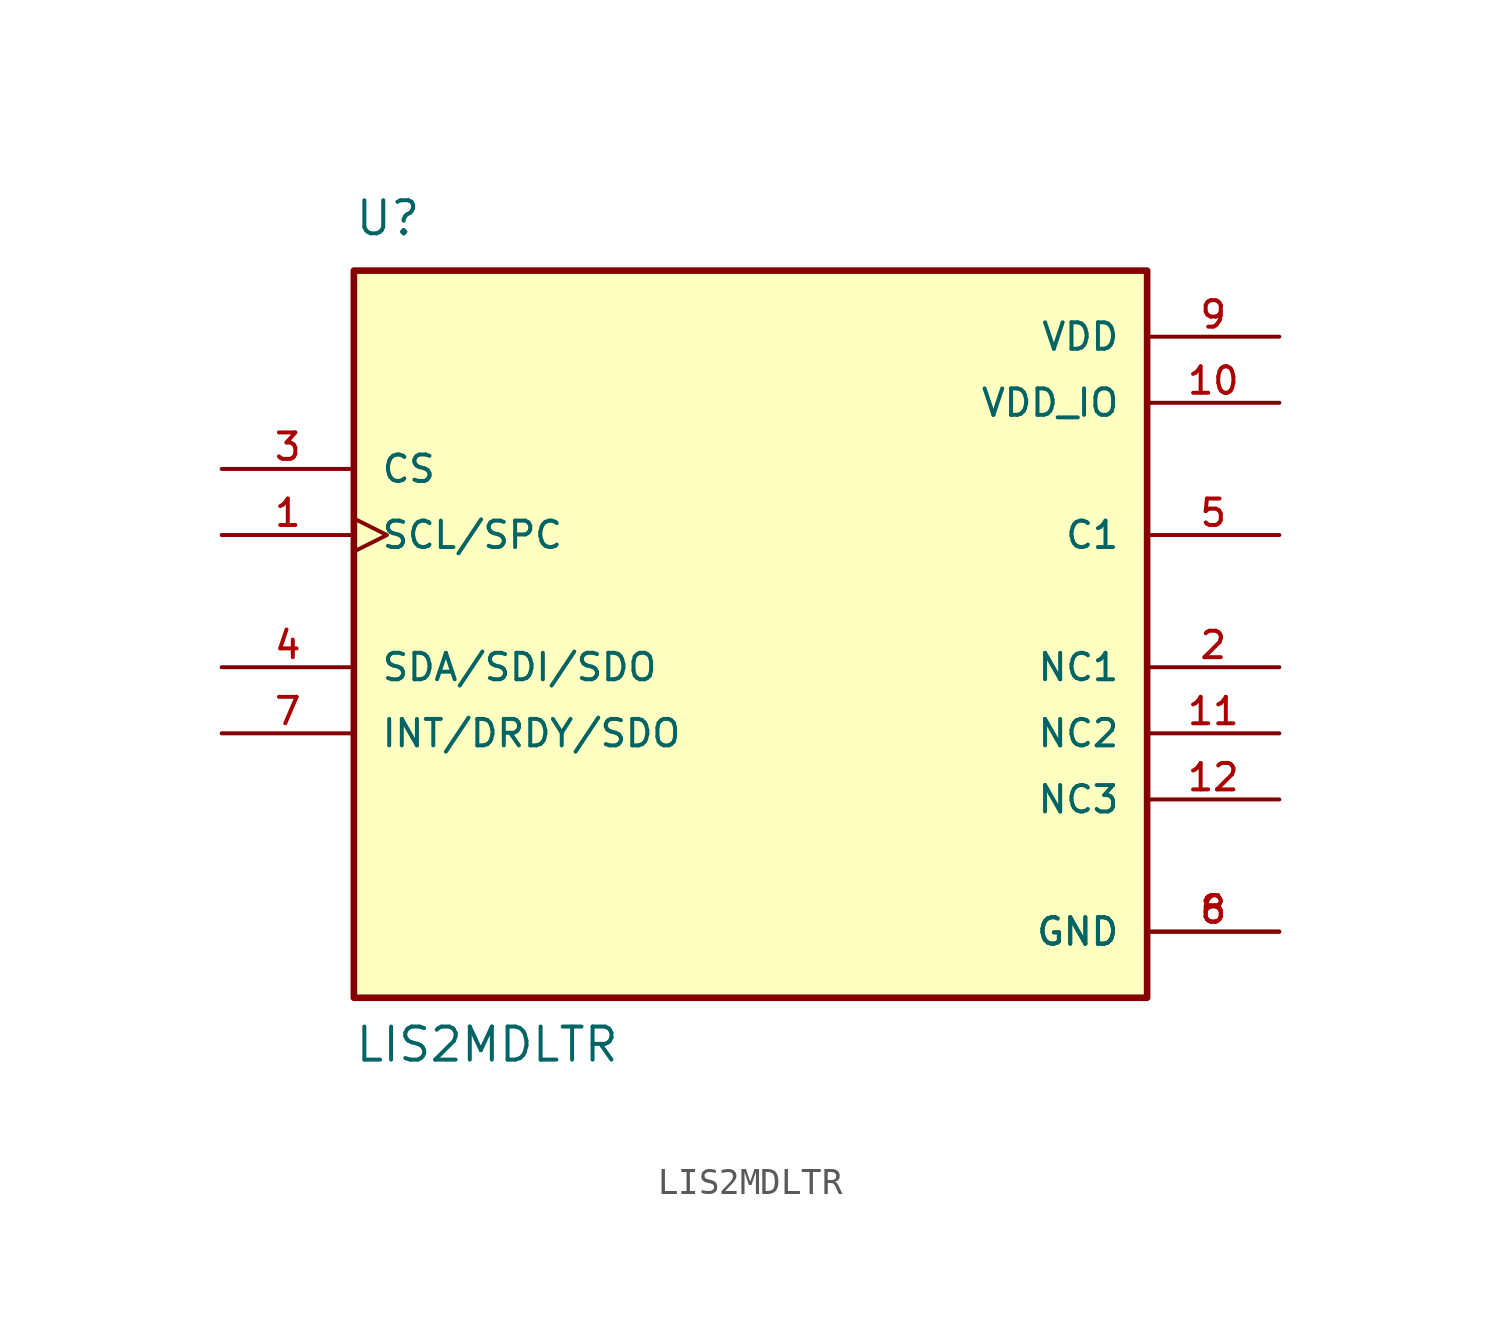
<source format=kicad_sym>
(kicad_symbol_lib
  (version 20231120)
  (generator "kicad_symbol_editor")
  (generator_version "8.0")
  (symbol "LIS2MDLTR"
    (pin_names
      (offset 1.016))
    (property "Reference" "U"
      (at -15.24 13.97 0)
      (effects (font (size 1.27 1.27)) (justify left bottom)))
    (property "Value" "LIS2MDLTR"
      (at -15.24 -17.78 0)
      (effects (font (size 1.27 1.27)) (justify left bottom)))
    (property "ki_locked" ""
      (at 0 0 0)
      (effects (font (size 1.27 1.27))))
    (symbol "LIS2MDLTR_0_0"
      (rectangle (start -15.24 -15.24) (end 15.24 12.7) (stroke (width 0.254) (type solid)) (fill (type background)))
      (pin input clock (at -20.32 2.54 0) (length 5.08) (name "SCL/SPC" (effects (font (size 1.016 1.016)))) (number "1" (effects (font (size 1.016 1.016)))))
      (pin power_in line (at 20.32 7.62 180) (length 5.08) (name "VDD_IO" (effects (font (size 1.016 1.016)))) (number "10" (effects (font (size 1.016 1.016)))))
      (pin passive line (at 20.32 -5.08 180) (length 5.08) (name "NC2" (effects (font (size 1.016 1.016)))) (number "11" (effects (font (size 1.016 1.016)))))
      (pin passive line (at 20.32 -7.62 180) (length 5.08) (name "NC3" (effects (font (size 1.016 1.016)))) (number "12" (effects (font (size 1.016 1.016)))))
      (pin passive line (at 20.32 -2.54 180) (length 5.08) (name "NC1" (effects (font (size 1.016 1.016)))) (number "2" (effects (font (size 1.016 1.016)))))
      (pin input line (at -20.32 5.08 0) (length 5.08) (name "CS" (effects (font (size 1.016 1.016)))) (number "3" (effects (font (size 1.016 1.016)))))
      (pin bidirectional line (at -20.32 -2.54 0) (length 5.08) (name "SDA/SDI/SDO" (effects (font (size 1.016 1.016)))) (number "4" (effects (font (size 1.016 1.016)))))
      (pin passive line (at 20.32 2.54 180) (length 5.08) (name "C1" (effects (font (size 1.016 1.016)))) (number "5" (effects (font (size 1.016 1.016)))))
      (pin power_in line (at 20.32 -12.7 180) (length 5.08) (name "GND" (effects (font (size 1.016 1.016)))) (number "6" (effects (font (size 1.016 1.016)))))
      (pin bidirectional line (at -20.32 -5.08 0) (length 5.08) (name "INT/DRDY/SDO" (effects (font (size 1.016 1.016)))) (number "7" (effects (font (size 1.016 1.016)))))
      (pin power_in line (at 20.32 -12.7 180) (length 5.08) (name "GND" (effects (font (size 1.016 1.016)))) (number "8" (effects (font (size 1.016 1.016)))))
      (pin power_in line (at 20.32 10.16 180) (length 5.08) (name "VDD" (effects (font (size 1.016 1.016)))) (number "9" (effects (font (size 1.016 1.016))))))))
</source>
